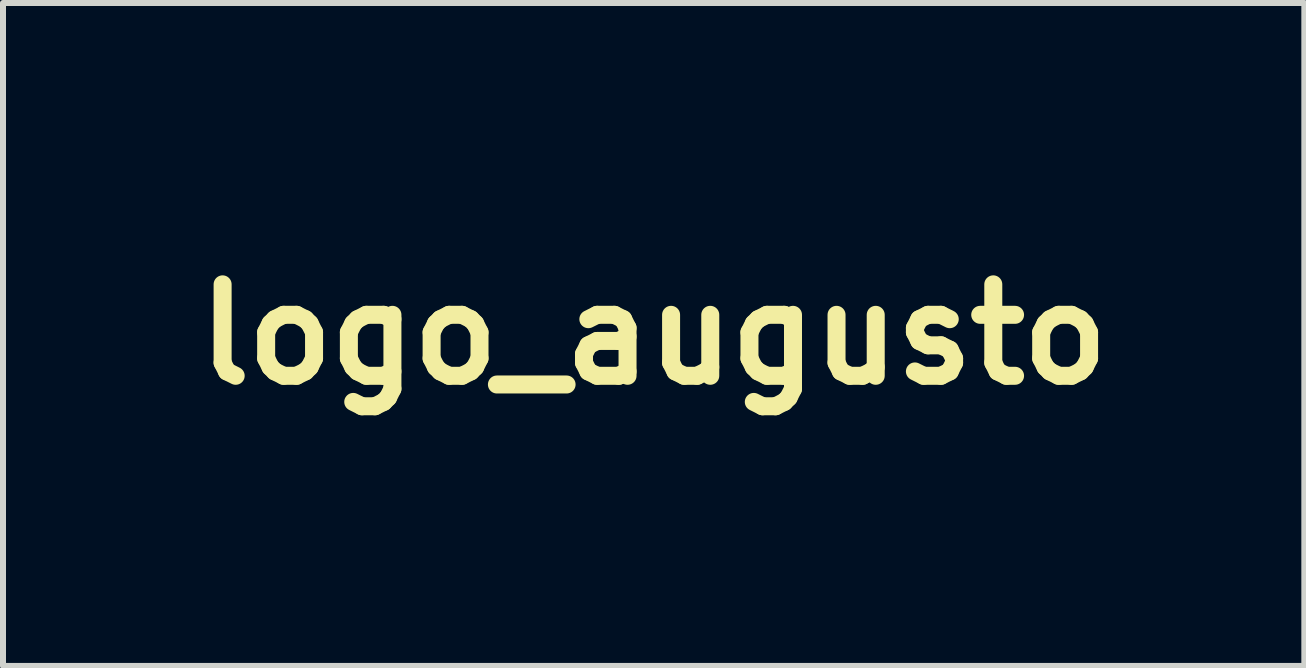
<source format=kicad_pcb>
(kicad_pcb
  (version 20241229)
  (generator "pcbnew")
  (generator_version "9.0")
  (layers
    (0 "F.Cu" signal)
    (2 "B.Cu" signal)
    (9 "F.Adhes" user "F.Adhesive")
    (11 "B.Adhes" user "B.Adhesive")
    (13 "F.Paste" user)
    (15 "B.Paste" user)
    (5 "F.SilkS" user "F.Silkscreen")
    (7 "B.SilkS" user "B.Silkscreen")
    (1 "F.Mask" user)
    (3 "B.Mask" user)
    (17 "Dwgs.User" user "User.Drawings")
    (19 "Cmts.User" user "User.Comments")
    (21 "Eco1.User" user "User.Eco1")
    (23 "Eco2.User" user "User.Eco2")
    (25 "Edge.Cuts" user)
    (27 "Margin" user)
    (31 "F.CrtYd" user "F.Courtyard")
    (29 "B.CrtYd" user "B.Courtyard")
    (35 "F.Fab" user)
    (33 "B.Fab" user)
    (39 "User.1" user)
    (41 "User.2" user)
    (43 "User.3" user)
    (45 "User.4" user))
  (footprint "logo_augusto"
    (layer "F.Cu")
    (at 7.845 2.524)
    (property "Reference" "logo_augusto" (at 0 0 0) (layer "F.SilkS") (effects (font (size 1.524 1.524) (thickness 0.3))))
    (attr through_hole)
    (fp_poly (pts (xy -0.595 -0.761) (xy -0.58 -0.746) (xy -0.58 -0.727) (xy -0.585 -0.719) (xy -0.607 -0.705) (xy -0.631 -0.707) (xy -0.644 -0.718) (xy -0.654 -0.74) (xy -0.647 -0.758) (xy -0.625 -0.767) (xy -0.621 -0.767) (xy -0.595 -0.761)) (stroke (width 0.01) (type solid)) (fill no) (layer "Eco2.User"))
    (fp_poly (pts (xy 0.005 0.629) (xy 0.023 0.643) (xy 0.029 0.666) (xy 0.021 0.684) (xy 0.000454 0.696) (xy -0.022 0.696) (xy -0.039 0.684) (xy -0.046 0.662) (xy -0.04 0.641) (xy -0.039 0.639) (xy -0.018 0.627) (xy 0.005 0.629)) (stroke (width 0.01) (type solid)) (fill no) (layer "Eco2.User"))
    (fp_poly (pts (xy 0.762 0.32) (xy 0.774 0.339) (xy 0.771 0.363) (xy 0.771 0.364) (xy 0.755 0.378) (xy 0.733 0.38) (xy 0.715 0.372) (xy 0.709 0.363) (xy 0.707 0.336) (xy 0.72 0.318) (xy 0.738 0.313) (xy 0.762 0.32)) (stroke (width 0.01) (type solid)) (fill no) (layer "Eco2.User"))
    (fp_poly (pts (xy -0.778 -0.078) (xy -0.766 -0.062) (xy -0.764 -0.04) (xy -0.772 -0.024) (xy -0.791 -0.012) (xy -0.813 -0.011) (xy -0.824 -0.016) (xy -0.83 -0.034) (xy -0.827 -0.058) (xy -0.816 -0.078) (xy -0.815 -0.079) (xy -0.795 -0.086) (xy -0.778 -0.078)) (stroke (width 0.01) (type solid)) (fill no) (layer "Eco2.User"))
    (fp_poly (pts (xy -0.299 0.146) (xy -0.288 0.163) (xy -0.286 0.184) (xy -0.293 0.201) (xy -0.312 0.213) (xy -0.336 0.21) (xy -0.339 0.208) (xy -0.35 0.195) (xy -0.351 0.174) (xy -0.343 0.153) (xy -0.336 0.146) (xy -0.317 0.139) (xy -0.299 0.146)) (stroke (width 0.01) (type solid)) (fill no) (layer "Eco2.User"))
    (fp_poly (pts (xy 0.117 0.122) (xy 0.132 0.135) (xy 0.136 0.156) (xy 0.13 0.177) (xy 0.115 0.192) (xy 0.103 0.195) (xy 0.087 0.189) (xy 0.08 0.184) (xy 0.069 0.162) (xy 0.073 0.14) (xy 0.088 0.124) (xy 0.111 0.121) (xy 0.117 0.122)) (stroke (width 0.01) (type solid)) (fill no) (layer "Eco2.User"))
    (fp_poly (pts (xy 0.149 -0.905) (xy 0.168 -0.889) (xy 0.17 -0.887) (xy 0.175 -0.865) (xy 0.17 -0.852) (xy 0.151 -0.836) (xy 0.129 -0.833) (xy 0.11 -0.846) (xy 0.108 -0.849) (xy 0.102 -0.874) (xy 0.111 -0.894) (xy 0.128 -0.905) (xy 0.149 -0.905)) (stroke (width 0.01) (type solid)) (fill no) (layer "Eco2.User"))
    (fp_poly (pts (xy 0.153 -0.373) (xy 0.162 -0.36) (xy 0.164 -0.35) (xy 0.16 -0.325) (xy 0.144 -0.311) (xy 0.123 -0.311) (xy 0.113 -0.316) (xy 0.1 -0.336) (xy 0.099 -0.352) (xy 0.106 -0.37) (xy 0.122 -0.376) (xy 0.132 -0.376) (xy 0.153 -0.373)) (stroke (width 0.01) (type solid)) (fill no) (layer "Eco2.User"))
    (fp_poly (pts (xy 0.041 -1.327) (xy 0.123 -1.319) (xy 0.209 -1.306) (xy 0.295 -1.289) (xy 0.375 -1.268) (xy 0.4 -1.26) (xy 0.533 -1.207) (xy 0.661 -1.138) (xy 0.783 -1.053) (xy 0.895 -0.956) (xy 0.995 -0.848) (xy 1.081 -0.733) (xy 1.142 -0.628) (xy 1.157 -0.597) (xy 1.168 -0.573) (xy 1.172 -0.562) (xy 1.172 -0.562) (xy 1.163 -0.56) (xy 1.139 -0.558) (xy 1.103 -0.558) (xy 1.077 -0.559) (xy 0.982 -0.562) (xy 0.867 -0.728) (xy 0.832 -0.778) (xy 0.802 -0.825) (xy 0.777 -0.864) (xy 0.76 -0.893) (xy 0.753 -0.909) (xy 0.752 -0.911) (xy 0.744 -0.926) (xy 0.735 -0.929) (xy 0.721 -0.929) (xy 0.69 -0.929) (xy 0.645 -0.929) (xy 0.591 -0.928) (xy 0.53 -0.928) (xy 0.506 -0.928) (xy 0.294 -0.927) (xy 0.252 -0.971) (xy 0.207 -1.006) (xy 0.158 -1.024) (xy 0.109 -1.023) (xy 0.062 -1.004) (xy 0.035 -0.984) (xy 0.003 -0.941) (xy -0.013 -0.895) (xy -0.014 -0.848) (xy -0.000286 -0.803) (xy 0.026 -0.764) (xy 0.063 -0.734) (xy 0.11 -0.716) (xy 0.142 -0.713) (xy 0.185 -0.721) (xy 0.226 -0.742) (xy 0.259 -0.771) (xy 0.268 -0.782) (xy 0.284 -0.811) (xy 0.669 -0.81) (xy 0.781 -0.648) (xy 0.815 -0.597) (xy 0.846 -0.55) (xy 0.871 -0.511) (xy 0.888 -0.481) (xy 0.896 -0.464) (xy 0.897 -0.462) (xy 0.906 -0.445) (xy 0.917 -0.439) (xy 0.932 -0.439) (xy 0.963 -0.438) (xy 1.005 -0.438) (xy 1.056 -0.437) (xy 1.079 -0.437) (xy 1.226 -0.435) (xy 1.247 -0.353) (xy 1.274 -0.221) (xy 1.287 -0.084) (xy 1.286 0.054) (xy 1.272 0.185) (xy 1.259 0.247) (xy 1.249 0.293) (xy 0.891 0.293) (xy 0.871 0.261) (xy 0.837 0.225) (xy 0.794 0.201) (xy 0.744 0.192) (xy 0.695 0.199) (xy 0.661 0.214) (xy 0.629 0.243) (xy 0.603 0.284) (xy 0.589 0.329) (xy 0.586 0.352) (xy 0.595 0.398) (xy 0.619 0.44) (xy 0.654 0.474) (xy 0.696 0.497) (xy 0.741 0.505) (xy 0.756 0.503) (xy 0.809 0.488) (xy 0.849 0.462) (xy 0.868 0.439) (xy 0.884 0.41) (xy 1.048 0.41) (xy 1.102 0.411) (xy 1.148 0.412) (xy 1.184 0.414) (xy 1.206 0.416) (xy 1.211 0.418) (xy 1.207 0.429) (xy 1.196 0.454) (xy 1.18 0.489) (xy 1.163 0.525) (xy 1.084 0.667) (xy 0.992 0.795) (xy 0.885 0.911) (xy 0.765 1.011) (xy 0.633 1.098) (xy 0.584 1.124) (xy 0.488 1.174) (xy 0.491 0.636) (xy 0.493 0.098) (xy 0.371 0.097) (xy 0.249 0.097) (xy 0.23 0.066) (xy 0.196 0.031) (xy 0.153 0.009) (xy 0.106 0.001) (xy 0.059 0.007) (xy 0.029 0.022) (xy -0.013 0.06) (xy -0.038 0.104) (xy -0.048 0.153) (xy -0.043 0.2) (xy -0.022 0.245) (xy 0.014 0.282) (xy 0.031 0.293) (xy 0.078 0.31) (xy 0.128 0.31) (xy 0.174 0.297) (xy 0.213 0.269) (xy 0.233 0.243) (xy 0.243 0.228) (xy 0.256 0.219) (xy 0.276 0.216) (xy 0.31 0.215) (xy 0.31 0.215) (xy 0.371 0.215) (xy 0.369 0.715) (xy 0.366 1.215) (xy 0.337 1.223) (xy 0.285 1.235) (xy 0.223 1.248) (xy 0.159 1.258) (xy 0.105 1.265) (xy 0.039 1.272) (xy 0.039 1.082) (xy 0.039 1.002) (xy 0.04 0.939) (xy 0.042 0.891) (xy 0.045 0.855) (xy 0.05 0.829) (xy 0.057 0.811) (xy 0.066 0.799) (xy 0.078 0.789) (xy 0.082 0.786) (xy 0.118 0.753) (xy 0.139 0.711) (xy 0.145 0.664) (xy 0.136 0.616) (xy 0.113 0.571) (xy 0.074 0.533) (xy 0.041 0.518) (xy -0.002 0.512) (xy -0.047 0.515) (xy -0.084 0.527) (xy -0.095 0.533) (xy -0.136 0.574) (xy -0.16 0.621) (xy -0.166 0.67) (xy -0.154 0.72) (xy -0.124 0.766) (xy -0.109 0.782) (xy -0.072 0.816) (xy -0.076 1.043) (xy -0.078 1.116) (xy -0.079 1.171) (xy -0.081 1.211) (xy -0.083 1.239) (xy -0.086 1.256) (xy -0.089 1.265) (xy -0.094 1.268) (xy -0.096 1.268) (xy -0.117 1.266) (xy -0.145 1.264) (xy -0.147 1.263) (xy -0.192 1.257) (xy -0.249 1.246) (xy -0.311 1.232) (xy -0.371 1.217) (xy -0.423 1.202) (xy -0.444 1.195) (xy -0.535 1.157) (xy -0.631 1.109) (xy -0.722 1.056) (xy -0.742 1.043) (xy -0.798 1.001) (xy -0.859 0.947) (xy -0.923 0.886) (xy -0.985 0.82) (xy -1.04 0.756) (xy -1.085 0.696) (xy -1.093 0.685) (xy -1.117 0.647) (xy -1.136 0.616) (xy -1.149 0.594) (xy -1.153 0.586) (xy -1.149 0.581) (xy -1.136 0.578) (xy -1.112 0.574) (xy -1.078 0.572) (xy -1.03 0.57) (xy -0.968 0.568) (xy -0.891 0.567) (xy -0.797 0.567) (xy -0.686 0.567) (xy -0.657 0.567) (xy -0.252 0.567) (xy -0.259 0.445) (xy -0.266 0.324) (xy -0.236 0.309) (xy -0.202 0.281) (xy -0.177 0.24) (xy -0.165 0.193) (xy -0.164 0.182) (xy -0.173 0.129) (xy -0.195 0.085) (xy -0.229 0.051) (xy -0.271 0.03) (xy -0.317 0.022) (xy -0.364 0.029) (xy -0.409 0.052) (xy -0.429 0.069) (xy -0.461 0.113) (xy -0.475 0.162) (xy -0.471 0.211) (xy -0.449 0.26) (xy -0.42 0.294) (xy -0.398 0.317) (xy -0.386 0.339) (xy -0.381 0.369) (xy -0.379 0.385) (xy -0.377 0.415) (xy -0.378 0.437) (xy -0.38 0.444) (xy -0.391 0.445) (xy -0.419 0.446) (xy -0.463 0.447) (xy -0.52 0.448) (xy -0.588 0.449) (xy -0.666 0.449) (xy -0.751 0.45) (xy -0.801 0.451) (xy -1.216 0.454) (xy -1.242 0.376) (xy -1.265 0.296) (xy -1.285 0.205) (xy -1.3 0.109) (xy -1.304 0.071) (xy -1.31 0.01) (xy -0.943 0.01) (xy -0.927 0.038) (xy -0.896 0.074) (xy -0.854 0.097) (xy -0.806 0.107) (xy -0.757 0.101) (xy -0.725 0.088) (xy -0.684 0.055) (xy -0.658 0.015) (xy -0.646 -0.03) (xy -0.648 -0.076) (xy -0.663 -0.12) (xy -0.69 -0.157) (xy -0.729 -0.186) (xy -0.778 -0.201) (xy -0.788 -0.202) (xy -0.841 -0.198) (xy -0.887 -0.177) (xy -0.922 -0.14) (xy -0.923 -0.139) (xy -0.943 -0.108) (xy -1.121 -0.108) (xy -1.299 -0.107) (xy -1.299 -0.154) (xy -1.296 -0.194) (xy -1.288 -0.246) (xy -1.276 -0.306) (xy -1.262 -0.367) (xy -1.246 -0.424) (xy -1.241 -0.44) (xy -1.214 -0.509) (xy -1.179 -0.586) (xy -1.138 -0.665) (xy -1.095 -0.738) (xy -1.053 -0.799) (xy -1.052 -0.801) (xy -0.996 -0.869) (xy -0.93 -0.939) (xy -0.86 -1.006) (xy -0.791 -1.064) (xy -0.76 -1.087) (xy -0.72 -1.115) (xy -0.693 -1.133) (xy -0.676 -1.138) (xy -0.668 -1.132) (xy -0.665 -1.113) (xy -0.664 -1.082) (xy -0.664 -1.078) (xy -0.665 -1.03) (xy -0.668 -0.978) (xy -0.67 -0.947) (xy -0.675 -0.911) (xy -0.681 -0.89) (xy -0.691 -0.876) (xy -0.704 -0.867) (xy -0.739 -0.837) (xy -0.762 -0.795) (xy -0.771 -0.747) (xy -0.765 -0.698) (xy -0.752 -0.666) (xy -0.72 -0.627) (xy -0.678 -0.6) (xy -0.629 -0.587) (xy -0.581 -0.589) (xy -0.548 -0.6) (xy -0.503 -0.633) (xy -0.474 -0.675) (xy -0.461 -0.722) (xy -0.464 -0.771) (xy -0.485 -0.82) (xy -0.513 -0.854) (xy -0.555 -0.895) (xy -0.55 -1.054) (xy -0.544 -1.213) (xy -0.519 -1.223) (xy -0.474 -1.24) (xy -0.423 -1.258) (xy -0.373 -1.273) (xy -0.329 -1.286) (xy -0.297 -1.294) (xy -0.295 -1.294) (xy -0.253 -1.301) (xy -0.255 -0.795) (xy -0.257 -0.288) (xy -0.139 -0.291) (xy -0.021 -0.294) (xy -0.005 -0.266) (xy 0.028 -0.228) (xy 0.071 -0.203) (xy 0.118 -0.192) (xy 0.167 -0.196) (xy 0.212 -0.214) (xy 0.249 -0.248) (xy 0.254 -0.254) (xy 0.277 -0.301) (xy 0.283 -0.353) (xy 0.272 -0.404) (xy 0.245 -0.448) (xy 0.241 -0.453) (xy 0.198 -0.486) (xy 0.15 -0.502) (xy 0.1 -0.499) (xy 0.053 -0.48) (xy 0.017 -0.45) (xy -0.005 -0.428) (xy -0.024 -0.416) (xy -0.046 -0.411) (xy -0.079 -0.41) (xy -0.137 -0.41) (xy -0.137 -1.318) (xy -0.091 -1.324) (xy -0.032 -1.329) (xy 0.041 -1.327)) (stroke (width 0.01) (type solid)) (fill no) (layer "Eco2.User"))
    (fp_poly (pts (xy 0.157 -2.519) (xy 0.227 -2.518) (xy 0.287 -2.517) (xy 0.334 -2.516) (xy 0.366 -2.515) (xy 0.381 -2.514) (xy 0.382 -2.513) (xy 0.385 -2.502) (xy 0.39 -2.474) (xy 0.396 -2.431) (xy 0.403 -2.376) (xy 0.41 -2.312) (xy 0.418 -2.241) (xy 0.421 -2.218) (xy 0.429 -2.144) (xy 0.437 -2.076) (xy 0.444 -2.015) (xy 0.451 -1.966) (xy 0.456 -1.931) (xy 0.459 -1.911) (xy 0.46 -1.909) (xy 0.471 -1.895) (xy 0.494 -1.882) (xy 0.532 -1.868) (xy 0.539 -1.866) (xy 0.604 -1.845) (xy 0.679 -1.816) (xy 0.759 -1.783) (xy 0.839 -1.748) (xy 0.907 -1.715) (xy 0.947 -1.696) (xy 0.981 -1.681) (xy 1.005 -1.672) (xy 1.013 -1.671) (xy 1.025 -1.677) (xy 1.05 -1.693) (xy 1.086 -1.719) (xy 1.131 -1.753) (xy 1.183 -1.793) (xy 1.241 -1.838) (xy 1.263 -1.856) (xy 1.322 -1.903) (xy 1.376 -1.945) (xy 1.423 -1.981) (xy 1.462 -2.01) (xy 1.49 -2.031) (xy 1.506 -2.041) (xy 1.509 -2.042) (xy 1.519 -2.035) (xy 1.541 -2.017) (xy 1.573 -1.988) (xy 1.612 -1.951) (xy 1.658 -1.908) (xy 1.707 -1.86) (xy 1.759 -1.81) (xy 1.81 -1.76) (xy 1.86 -1.711) (xy 1.905 -1.665) (xy 1.945 -1.624) (xy 1.976 -1.59) (xy 1.985 -1.581) (xy 2.051 -1.507) (xy 1.882 -1.293) (xy 1.837 -1.236) (xy 1.795 -1.182) (xy 1.757 -1.133) (xy 1.726 -1.093) (xy 1.704 -1.064) (xy 1.691 -1.047) (xy 1.691 -1.047) (xy 1.668 -1.014) (xy 1.722 -0.896) (xy 1.775 -0.777) (xy 1.818 -0.673) (xy 1.851 -0.585) (xy 1.866 -0.537) (xy 1.878 -0.502) (xy 1.892 -0.474) (xy 1.903 -0.46) (xy 1.903 -0.46) (xy 1.917 -0.457) (xy 1.947 -0.452) (xy 1.992 -0.446) (xy 2.049 -0.439) (xy 2.115 -0.431) (xy 2.187 -0.423) (xy 2.213 -0.42) (xy 2.286 -0.412) (xy 2.354 -0.405) (xy 2.412 -0.398) (xy 2.46 -0.391) (xy 2.494 -0.386) (xy 2.511 -0.383) (xy 2.513 -0.382) (xy 2.515 -0.371) (xy 2.516 -0.343) (xy 2.517 -0.299) (xy 2.518 -0.242) (xy 2.518 -0.174) (xy 2.519 -0.098) (xy 2.518 -0.015) (xy 2.518 0.005) (xy 2.516 0.386) (xy 2.467 0.393) (xy 2.443 0.395) (xy 2.404 0.4) (xy 2.352 0.406) (xy 2.29 0.413) (xy 2.223 0.42) (xy 2.179 0.425) (xy 2.111 0.432) (xy 2.049 0.439) (xy 1.995 0.445) (xy 1.952 0.45) (xy 1.924 0.453) (xy 1.915 0.455) (xy 1.904 0.459) (xy 1.895 0.468) (xy 1.885 0.485) (xy 1.874 0.514) (xy 1.86 0.557) (xy 1.853 0.579) (xy 1.835 0.631) (xy 1.811 0.693) (xy 1.784 0.76) (xy 1.755 0.826) (xy 1.741 0.858) (xy 1.668 1.017) (xy 1.69 1.048) (xy 1.702 1.064) (xy 1.725 1.093) (xy 1.755 1.132) (xy 1.793 1.18) (xy 1.835 1.233) (xy 1.877 1.286) (xy 1.921 1.341) (xy 1.96 1.392) (xy 1.993 1.436) (xy 2.019 1.472) (xy 2.036 1.496) (xy 2.042 1.508) (xy 2.042 1.508) (xy 2.035 1.518) (xy 2.017 1.539) (xy 1.988 1.571) (xy 1.951 1.611) (xy 1.907 1.657) (xy 1.859 1.707) (xy 1.807 1.761) (xy 1.755 1.814) (xy 1.704 1.867) (xy 1.655 1.916) (xy 1.61 1.961) (xy 1.572 1.998) (xy 1.542 2.027) (xy 1.521 2.046) (xy 1.513 2.052) (xy 1.503 2.046) (xy 1.481 2.029) (xy 1.447 2.003) (xy 1.403 1.97) (xy 1.353 1.93) (xy 1.297 1.886) (xy 1.285 1.876) (xy 1.227 1.83) (xy 1.174 1.788) (xy 1.126 1.75) (xy 1.087 1.719) (xy 1.058 1.697) (xy 1.042 1.685) (xy 1.041 1.684) (xy 1.031 1.679) (xy 1.02 1.676) (xy 1.007 1.677) (xy 0.987 1.684) (xy 0.957 1.696) (xy 0.916 1.715) (xy 0.872 1.735) (xy 0.809 1.763) (xy 0.739 1.792) (xy 0.669 1.82) (xy 0.607 1.843) (xy 0.596 1.847) (xy 0.536 1.869) (xy 0.494 1.886) (xy 0.468 1.9) (xy 0.458 1.911) (xy 0.455 1.925) (xy 0.45 1.956) (xy 0.444 2.001) (xy 0.437 2.058) (xy 0.43 2.124) (xy 0.422 2.196) (xy 0.42 2.218) (xy 0.412 2.291) (xy 0.404 2.357) (xy 0.398 2.415) (xy 0.392 2.462) (xy 0.388 2.495) (xy 0.385 2.512) (xy 0.384 2.513) (xy 0.374 2.515) (xy 0.346 2.516) (xy 0.303 2.518) (xy 0.247 2.519) (xy 0.179 2.52) (xy 0.103 2.52) (xy 0.02 2.52) (xy -0.001 2.52) (xy -0.102 2.52) (xy -0.185 2.52) (xy -0.251 2.519) (xy -0.302 2.518) (xy -0.34 2.516) (xy -0.366 2.514) (xy -0.38 2.512) (xy -0.386 2.508) (xy -0.386 2.508) (xy -0.388 2.496) (xy -0.392 2.466) (xy -0.397 2.423) (xy -0.404 2.367) (xy -0.411 2.303) (xy -0.419 2.232) (xy -0.42 2.218) (xy -0.428 2.145) (xy -0.435 2.077) (xy -0.442 2.018) (xy -0.448 1.969) (xy -0.452 1.934) (xy -0.455 1.915) (xy -0.455 1.914) (xy -0.46 1.9) (xy -0.471 1.89) (xy -0.492 1.88) (xy -0.527 1.869) (xy -0.535 1.866) (xy -0.586 1.851) (xy -0.638 1.833) (xy -0.694 1.811) (xy -0.759 1.784) (xy -0.835 1.75) (xy -0.881 1.729) (xy -1.014 1.668) (xy -1.047 1.691) (xy -1.063 1.703) (xy -1.092 1.725) (xy -1.132 1.756) (xy -1.18 1.794) (xy -1.234 1.836) (xy -1.292 1.881) (xy -1.294 1.882) (xy -1.508 2.051) (xy -1.581 1.985) (xy -1.611 1.957) (xy -1.648 1.921) (xy -1.692 1.878) (xy -1.74 1.83) (xy -1.79 1.779) (xy -1.84 1.728) (xy -1.889 1.677) (xy -1.934 1.63) (xy -1.973 1.588) (xy -2.006 1.552) (xy -2.029 1.526) (xy -2.041 1.511) (xy -2.042 1.508) (xy -2.036 1.498) (xy -2.019 1.474) (xy -1.993 1.439) (xy -1.96 1.395) (xy -1.92 1.343) (xy -1.875 1.286) (xy -1.856 1.263) (xy -1.81 1.205) (xy -1.768 1.151) (xy -1.732 1.103) (xy -1.702 1.064) (xy -1.682 1.035) (xy -1.672 1.019) (xy -1.671 1.017) (xy -1.675 1.003) (xy -1.686 0.976) (xy -1.702 0.937) (xy -1.722 0.892) (xy -1.733 0.87) (xy -1.771 0.786) (xy -1.806 0.704) (xy -1.836 0.628) (xy -1.86 0.561) (xy -1.876 0.508) (xy -1.876 0.506) (xy -1.879 0.493) (xy -1.881 0.483) (xy -1.885 0.474) (xy -1.893 0.467) (xy -1.905 0.461) (xy -1.926 0.456) (xy -1.955 0.451) (xy -1.996 0.445) (xy -2.05 0.439) (xy -2.118 0.432) (xy -2.204 0.422) (xy -2.227 0.42) (xy -2.298 0.412) (xy -2.363 0.405) (xy -2.419 0.398) (xy -2.463 0.393) (xy -2.494 0.388) (xy -2.508 0.386) (xy -2.508 0.386) (xy -2.512 0.381) (xy -2.514 0.367) (xy -2.516 0.343) (xy -2.518 0.308) (xy -2.518 0.259) (xy -2.519 0.196) (xy -2.519 0.117) (xy -2.518 0.02) (xy -2.518 -0.002) (xy -2.518 -0.094) (xy -1.589 -0.094) (xy -1.588 0.076) (xy -1.568 0.247) (xy -1.534 0.397) (xy -1.524 0.441) (xy -1.517 0.487) (xy -1.514 0.523) (xy -1.513 0.554) (xy -1.51 0.57) (xy -1.501 0.576) (xy -1.496 0.576) (xy -1.485 0.582) (xy -1.471 0.599) (xy -1.452 0.629) (xy -1.428 0.676) (xy -1.428 0.677) (xy -1.343 0.829) (xy -1.243 0.97) (xy -1.129 1.098) (xy -1.004 1.214) (xy -0.867 1.315) (xy -0.72 1.401) (xy -0.565 1.471) (xy -0.403 1.524) (xy -0.235 1.559) (xy -0.127 1.572) (xy -0.072 1.577) (xy -0.03 1.579) (xy 0.005 1.581) (xy 0.038 1.58) (xy 0.075 1.578) (xy 0.123 1.574) (xy 0.142 1.572) (xy 0.319 1.547) (xy 0.49 1.505) (xy 0.654 1.444) (xy 0.809 1.367) (xy 0.881 1.323) (xy 1.021 1.222) (xy 1.149 1.106) (xy 1.263 0.976) (xy 1.363 0.836) (xy 1.448 0.685) (xy 1.517 0.527) (xy 1.569 0.361) (xy 1.593 0.246) (xy 1.603 0.173) (xy 1.61 0.089) (xy 1.613 -0.001) (xy 1.613 -0.091) (xy 1.61 -0.174) (xy 1.603 -0.243) (xy 1.603 -0.244) (xy 1.568 -0.417) (xy 1.516 -0.584) (xy 1.447 -0.742) (xy 1.362 -0.891) (xy 1.263 -1.029) (xy 1.149 -1.157) (xy 1.023 -1.271) (xy 0.884 -1.372) (xy 0.734 -1.458) (xy 0.574 -1.528) (xy 0.572 -1.529) (xy 0.405 -1.581) (xy 0.235 -1.614) (xy 0.064 -1.628) (xy -0.108 -1.624) (xy -0.278 -1.602) (xy -0.446 -1.561) (xy -0.608 -1.503) (xy -0.765 -1.427) (xy -0.86 -1.37) (xy -1.001 -1.267) (xy -1.128 -1.152) (xy -1.241 -1.025) (xy -1.339 -0.887) (xy -1.422 -0.741) (xy -1.489 -0.587) (xy -1.539 -0.427) (xy -1.573 -0.262) (xy -1.589 -0.094) (xy -2.518 -0.094) (xy -2.516 -0.386) (xy -2.232 -0.417) (xy -2.159 -0.425) (xy -2.09 -0.433) (xy -2.03 -0.441) (xy -1.98 -0.447) (xy -1.943 -0.452) (xy -1.923 -0.456) (xy -1.921 -0.456) (xy -1.91 -0.461) (xy -1.9 -0.469) (xy -1.89 -0.484) (xy -1.879 -0.509) (xy -1.865 -0.547) (xy -1.847 -0.597) (xy -1.824 -0.658) (xy -1.796 -0.728) (xy -1.766 -0.798) (xy -1.737 -0.862) (xy -1.734 -0.869) (xy -1.709 -0.923) (xy -1.691 -0.963) (xy -1.68 -0.991) (xy -1.676 -1.01) (xy -1.676 -1.023) (xy -1.678 -1.029) (xy -1.687 -1.042) (xy -1.706 -1.068) (xy -1.734 -1.105) (xy -1.769 -1.15) (xy -1.81 -1.202) (xy -1.854 -1.258) (xy -1.856 -1.26) (xy -1.9 -1.316) (xy -1.941 -1.368) (xy -1.976 -1.413) (xy -2.005 -1.449) (xy -2.024 -1.475) (xy -2.033 -1.487) (xy -2.033 -1.487) (xy -2.034 -1.496) (xy -2.029 -1.508) (xy -2.017 -1.527) (xy -1.995 -1.554) (xy -1.962 -1.59) (xy -1.92 -1.636) (xy -1.877 -1.681) (xy -1.829 -1.73) (xy -1.778 -1.782) (xy -1.726 -1.833) (xy -1.676 -1.883) (xy -1.628 -1.929) (xy -1.585 -1.97) (xy -1.549 -2.003) (xy -1.522 -2.027) (xy -1.506 -2.04) (xy -1.502 -2.042) (xy -1.492 -2.036) (xy -1.469 -2.019) (xy -1.435 -1.993) (xy -1.392 -1.96) (xy -1.341 -1.92) (xy -1.285 -1.876) (xy -1.271 -1.865) (xy -1.214 -1.819) (xy -1.161 -1.777) (xy -1.114 -1.741) (xy -1.075 -1.711) (xy -1.047 -1.69) (xy -1.032 -1.679) (xy -1.03 -1.679) (xy -1.019 -1.677) (xy -1.001 -1.68) (xy -0.974 -1.689) (xy -0.936 -1.705) (xy -0.884 -1.728) (xy -0.869 -1.735) (xy -0.807 -1.763) (xy -0.736 -1.793) (xy -0.667 -1.821) (xy -0.605 -1.844) (xy -0.597 -1.847) (xy -0.541 -1.867) (xy -0.502 -1.882) (xy -0.477 -1.895) (xy -0.463 -1.906) (xy -0.458 -1.914) (xy -0.454 -1.929) (xy -0.45 -1.961) (xy -0.444 -2.006) (xy -0.437 -2.062) (xy -0.429 -2.126) (xy -0.424 -2.172) (xy -0.417 -2.241) (xy -0.41 -2.307) (xy -0.403 -2.366) (xy -0.398 -2.415) (xy -0.394 -2.449) (xy -0.393 -2.462) (xy -0.386 -2.516) (xy -0.005 -2.518) (xy 0.079 -2.519) (xy 0.157 -2.519)) (stroke (width 0.01) (type solid)) (fill no) (layer "Eco2.User")))
  (gr_rect
    (start -3 -3)
    (end 18.69 8.049)
    (stroke (width 0.1) (type default))
    (fill no)
    (layer "Edge.Cuts")))
</source>
